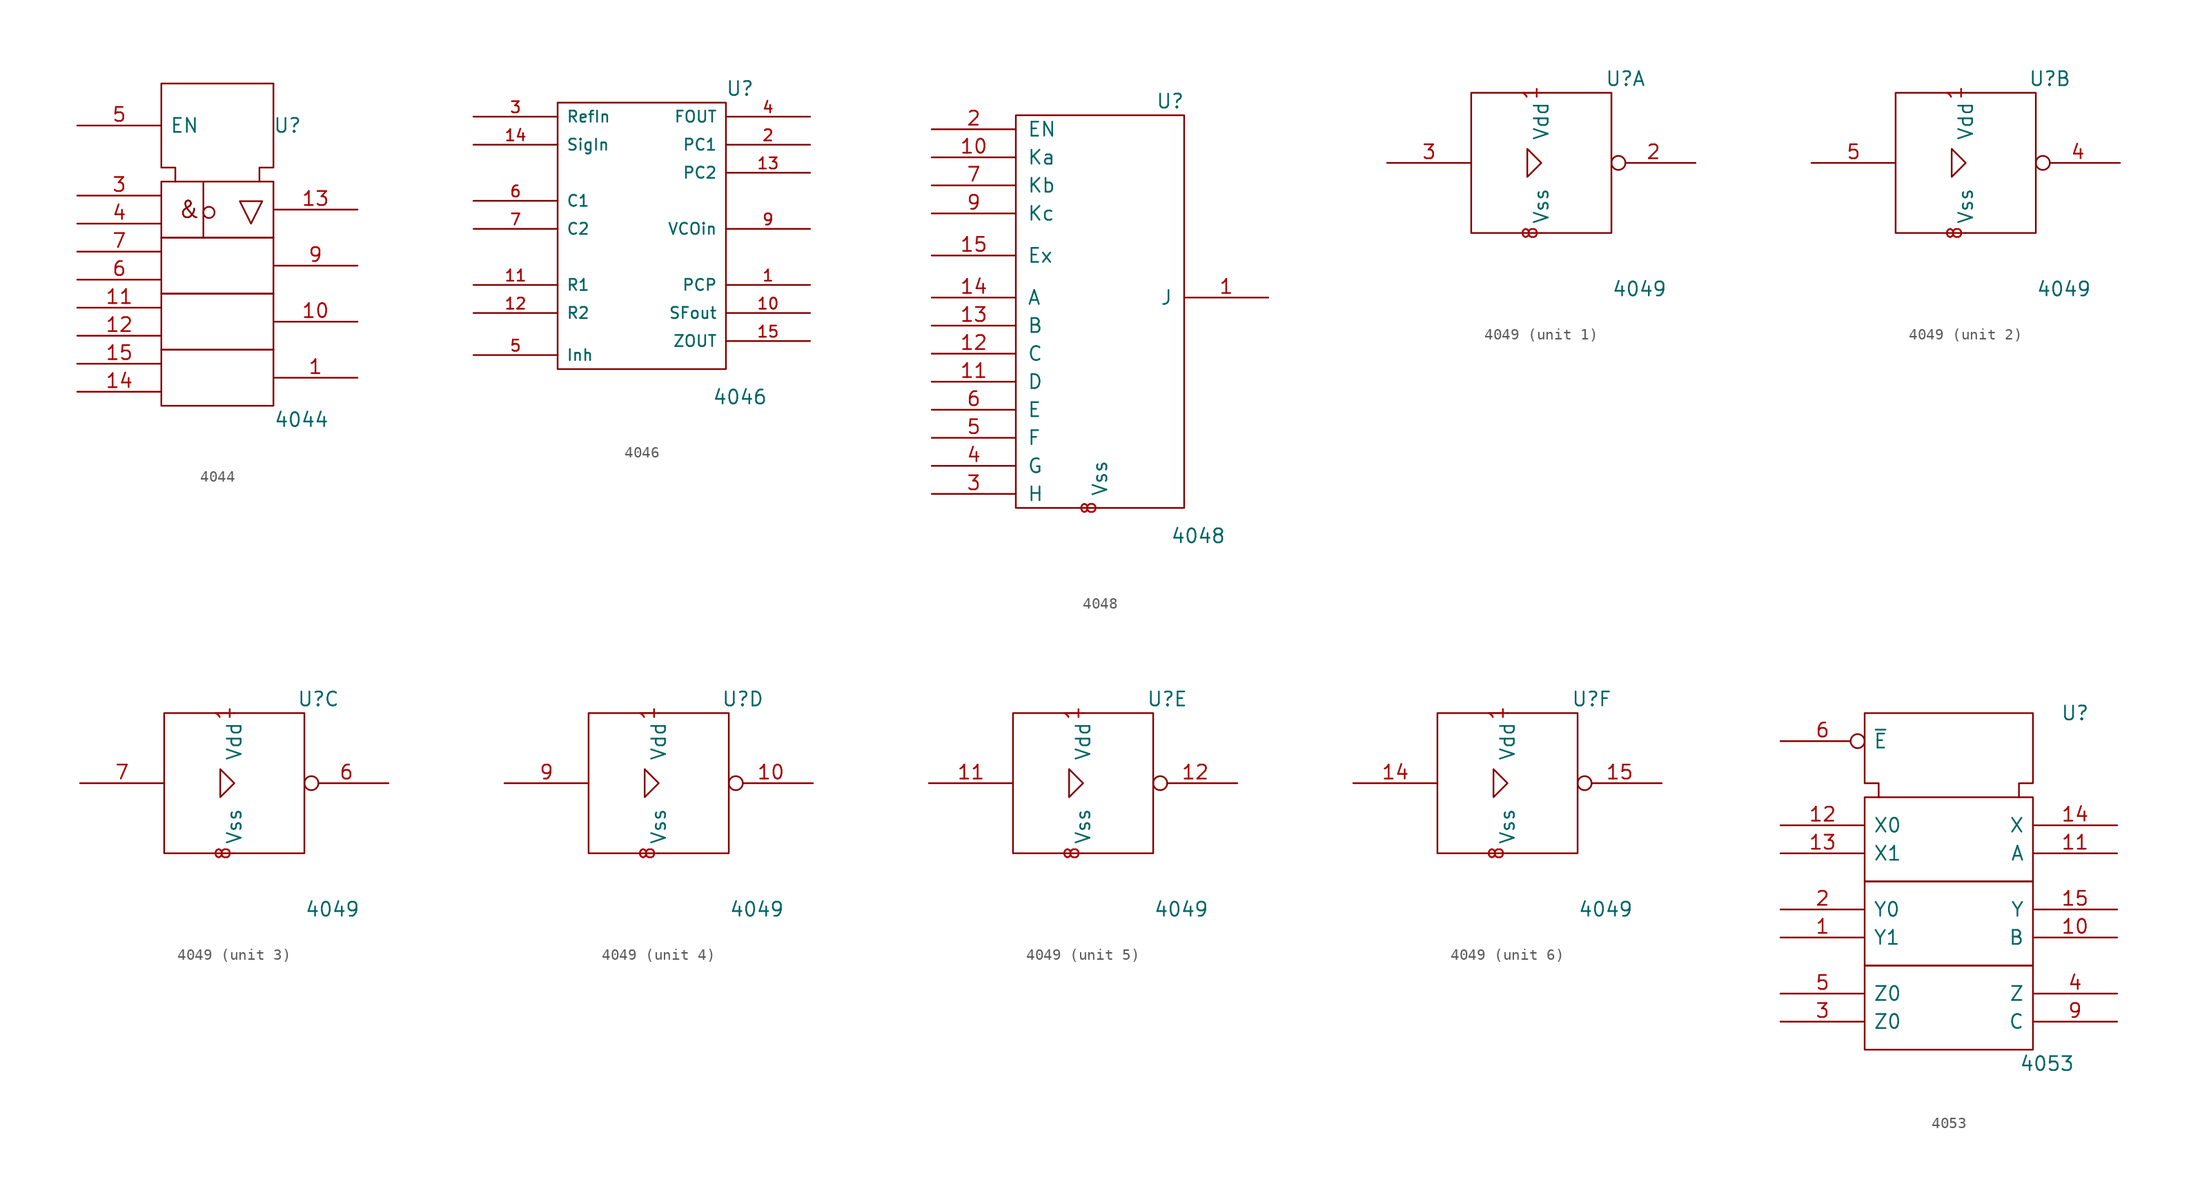
<source format=kicad_sym>
(kicad_symbol_lib
  (version 20211014)
  (generator kicad_symbol_editor)
  (symbol "4044"
    (pin_names
      (offset 0.762))
    (property "Reference" "U"
      (at 6.35 6.35 0)
      (effects (font (size 1.27 1.27))))
    (property "Value" "4044"
      (at 7.62 -20.32 0)
      (effects (font (size 1.27 1.27))))
    (symbol "4044_0_0"
      (rectangle (start -5.08 -13.97) (end 5.08 -19.05) (stroke (width 0) (type default) (color 0 0 0 0)) (fill (type none)))
      (rectangle (start -5.08 -8.89) (end 5.08 -13.97) (stroke (width 0) (type default) (color 0 0 0 0)) (fill (type none)))
      (rectangle (start -5.08 -3.81) (end 5.08 -8.89) (stroke (width 0) (type default) (color 0 0 0 0)) (fill (type none)))
      (rectangle (start -5.08 1.27) (end 5.08 -3.81) (stroke (width 0) (type default) (color 0 0 0 0)) (fill (type none)))
      (circle (center -0.762 -1.524) (radius 0.508) (stroke (width 0) (type default) (color 0 0 0 0)) (fill (type none)))
      (polyline (pts (xy -1.27 1.27) (xy -1.27 -3.81) (xy -1.27 -3.81)) (stroke (width 0) (type default) (color 0 0 0 0)) (fill (type none)))
      (polyline (pts (xy 2.032 -0.508) (xy 3.048 -2.54) (xy 4.064 -0.508) (xy 2.032 -0.508) (xy 2.032 -0.508)) (stroke (width 0) (type default) (color 0 0 0 0)) (fill (type none)))
      (polyline (pts (xy -3.81 1.27) (xy -3.81 2.54) (xy -5.08 2.54) (xy -5.08 10.16) (xy 5.08 10.16) (xy 5.08 2.54) (xy 3.81 2.54) (xy 3.81 1.27) (xy 3.81 1.27)) (stroke (width 0) (type default) (color 0 0 0 0)) (fill (type none)))
      (text "&" (at -2.54 -1.27 0) (effects (font (size 1.524 1.524)))))
    (symbol "4044_1_0"
      (pin output line (at 12.7 -16.51 180) (length 7.62) (name "~" (effects (font (size 1.27 1.27)))) (number "1" (effects (font (size 1.27 1.27)))))
      (pin output line (at 12.7 -11.43 180) (length 7.62) (name "~" (effects (font (size 1.27 1.27)))) (number "10" (effects (font (size 1.27 1.27)))))
      (pin input line (at -12.7 -10.16 0) (length 7.62) (name "~" (effects (font (size 1.27 1.27)))) (number "11" (effects (font (size 1.27 1.27)))))
      (pin input line (at -12.7 -12.7 0) (length 7.62) (name "~" (effects (font (size 1.27 1.27)))) (number "12" (effects (font (size 1.27 1.27)))))
      (pin output line (at 12.7 -1.27 180) (length 7.62) (name "~" (effects (font (size 1.27 1.27)))) (number "13" (effects (font (size 1.27 1.27)))))
      (pin input line (at -12.7 -17.78 0) (length 7.62) (name "~" (effects (font (size 1.27 1.27)))) (number "14" (effects (font (size 1.27 1.27)))))
      (pin input line (at -12.7 -15.24 0) (length 7.62) (name "~" (effects (font (size 1.27 1.27)))) (number "15" (effects (font (size 1.27 1.27)))))
      (pin power_in line (at 3.81 10.16 270) (length 0) hide (name "Vdd" (effects (font (size 1.27 1.27)))) (number "16" (effects (font (size 1.27 1.27)))))
      (pin input line (at -12.7 0 0) (length 7.62) (name "~" (effects (font (size 1.27 1.27)))) (number "3" (effects (font (size 1.27 1.27)))))
      (pin input line (at -12.7 -2.54 0) (length 7.62) (name "~" (effects (font (size 1.27 1.27)))) (number "4" (effects (font (size 1.27 1.27)))))
      (pin input line (at -12.7 6.35 0) (length 7.62) (name "EN" (effects (font (size 1.27 1.27)))) (number "5" (effects (font (size 1.27 1.27)))))
      (pin input line (at -12.7 -7.62 0) (length 7.62) (name "~" (effects (font (size 1.27 1.27)))) (number "6" (effects (font (size 1.27 1.27)))))
      (pin input line (at -12.7 -5.08 0) (length 7.62) (name "~" (effects (font (size 1.27 1.27)))) (number "7" (effects (font (size 1.27 1.27)))))
      (pin power_in line (at 0 10.16 270) (length 0) hide (name "Vss" (effects (font (size 1.27 1.27)))) (number "8" (effects (font (size 1.27 1.27)))))
      (pin output line (at 12.7 -6.35 180) (length 7.62) (name "~" (effects (font (size 1.27 1.27)))) (number "9" (effects (font (size 1.27 1.27)))))))
  (symbol "4046"
    (pin_names
      (offset 0.762))
    (property "Reference" "U"
      (at 8.89 12.7 0)
      (effects (font (size 1.27 1.27))))
    (property "Value" "4046"
      (at 8.89 -15.24 0)
      (effects (font (size 1.27 1.27))))
    (symbol "4046_0_1"
      (rectangle (start -7.62 11.43) (end 7.62 -12.7) (stroke (width 0) (type default) (color 0 0 0 0)) (fill (type none)))
      (pin power_in line (at 0 11.43 270) (length 0) hide (name "VDD" (effects (font (size 1.016 1.016)))) (number "16" (effects (font (size 1.016 1.016)))))
      (pin power_in line (at 0 -12.7 90) (length 0) hide (name "VSS" (effects (font (size 1.016 1.016)))) (number "8" (effects (font (size 1.016 1.016))))))
    (symbol "4046_1_1"
      (pin output line (at 15.24 -5.08 180) (length 7.62) (name "PCP" (effects (font (size 1.016 1.016)))) (number "1" (effects (font (size 1.016 1.016)))))
      (pin output line (at 15.24 -7.62 180) (length 7.62) (name "SFout" (effects (font (size 1.016 1.016)))) (number "10" (effects (font (size 1.016 1.016)))))
      (pin input line (at -15.24 -5.08 0) (length 7.62) (name "R1" (effects (font (size 1.016 1.016)))) (number "11" (effects (font (size 1.016 1.016)))))
      (pin input line (at -15.24 -7.62 0) (length 7.62) (name "R2" (effects (font (size 1.016 1.016)))) (number "12" (effects (font (size 1.016 1.016)))))
      (pin tri_state line (at 15.24 5.08 180) (length 7.62) (name "PC2" (effects (font (size 1.016 1.016)))) (number "13" (effects (font (size 1.016 1.016)))))
      (pin input line (at -15.24 7.62 0) (length 7.62) (name "SigIn" (effects (font (size 1.016 1.016)))) (number "14" (effects (font (size 1.016 1.016)))))
      (pin output line (at 15.24 -10.16 180) (length 7.62) (name "ZOUT" (effects (font (size 1.016 1.016)))) (number "15" (effects (font (size 1.016 1.016)))))
      (pin output line (at 15.24 7.62 180) (length 7.62) (name "PC1" (effects (font (size 1.016 1.016)))) (number "2" (effects (font (size 1.016 1.016)))))
      (pin input line (at -15.24 10.16 0) (length 7.62) (name "RefIn" (effects (font (size 1.016 1.016)))) (number "3" (effects (font (size 1.016 1.016)))))
      (pin input line (at 15.24 10.16 180) (length 7.62) (name "FOUT" (effects (font (size 1.016 1.016)))) (number "4" (effects (font (size 1.016 1.016)))))
      (pin input line (at -15.24 -11.43 0) (length 7.62) (name "Inh" (effects (font (size 1.016 1.016)))) (number "5" (effects (font (size 1.016 1.016)))))
      (pin input line (at -15.24 2.54 0) (length 7.62) (name "C1" (effects (font (size 1.016 1.016)))) (number "6" (effects (font (size 1.016 1.016)))))
      (pin input line (at -15.24 0 0) (length 7.62) (name "C2" (effects (font (size 1.016 1.016)))) (number "7" (effects (font (size 1.016 1.016)))))
      (pin input line (at 15.24 0 180) (length 7.62) (name "VCOin" (effects (font (size 1.016 1.016)))) (number "9" (effects (font (size 1.016 1.016)))))))
  (symbol "4048"
    (pin_names
      (offset 1.016))
    (property "Reference" "U"
      (at 6.35 17.78 0)
      (effects (font (size 1.27 1.27))))
    (property "Value" "4048"
      (at 8.89 -21.59 0)
      (effects (font (size 1.27 1.27))))
    (symbol "4048_0_1"
      (rectangle (start -7.62 16.51) (end 7.62 -19.05) (stroke (width 0) (type default) (color 0 0 0 0)) (fill (type none))))
    (symbol "4048_1_1"
      (pin output line (at 15.24 0 180) (length 7.62) (name "J" (effects (font (size 1.27 1.27)))) (number "1" (effects (font (size 1.27 1.27)))))
      (pin input line (at -15.24 12.7 0) (length 7.62) (name "Ka" (effects (font (size 1.27 1.27)))) (number "10" (effects (font (size 1.27 1.27)))))
      (pin input line (at -15.24 -7.62 0) (length 7.62) (name "D" (effects (font (size 1.27 1.27)))) (number "11" (effects (font (size 1.27 1.27)))))
      (pin input line (at -15.24 -5.08 0) (length 7.62) (name "C" (effects (font (size 1.27 1.27)))) (number "12" (effects (font (size 1.27 1.27)))))
      (pin input line (at -15.24 -2.54 0) (length 7.62) (name "B" (effects (font (size 1.27 1.27)))) (number "13" (effects (font (size 1.27 1.27)))))
      (pin input line (at -15.24 0 0) (length 7.62) (name "A" (effects (font (size 1.27 1.27)))) (number "14" (effects (font (size 1.27 1.27)))))
      (pin input line (at -15.24 3.81 0) (length 7.62) (name "Ex" (effects (font (size 1.27 1.27)))) (number "15" (effects (font (size 1.27 1.27)))))
      (pin power_in line (at 0 16.51 270) (length 0) hide (name "Vdd" (effects (font (size 1.27 1.27)))) (number "16" (effects (font (size 1.27 1.27)))))
      (pin input line (at -15.24 15.24 0) (length 7.62) (name "EN" (effects (font (size 1.27 1.27)))) (number "2" (effects (font (size 1.27 1.27)))))
      (pin input line (at -15.24 -17.78 0) (length 7.62) (name "H" (effects (font (size 1.27 1.27)))) (number "3" (effects (font (size 1.27 1.27)))))
      (pin input line (at -15.24 -15.24 0) (length 7.62) (name "G" (effects (font (size 1.27 1.27)))) (number "4" (effects (font (size 1.27 1.27)))))
      (pin input line (at -15.24 -12.7 0) (length 7.62) (name "F" (effects (font (size 1.27 1.27)))) (number "5" (effects (font (size 1.27 1.27)))))
      (pin input line (at -15.24 -10.16 0) (length 7.62) (name "E" (effects (font (size 1.27 1.27)))) (number "6" (effects (font (size 1.27 1.27)))))
      (pin input line (at -15.24 10.16 0) (length 7.62) (name "Kb" (effects (font (size 1.27 1.27)))) (number "7" (effects (font (size 1.27 1.27)))))
      (pin power_in line (at 0 -19.05 90) (length 0) (name "Vss" (effects (font (size 1.27 1.27)))) (number "8" (effects (font (size 1.27 1.27)))))
      (pin input line (at -15.24 7.62 0) (length 7.62) (name "Kc" (effects (font (size 1.27 1.27)))) (number "9" (effects (font (size 1.27 1.27)))))))
  (symbol "4049"
    (pin_names
      (offset 0.762))
    (property "Reference" "U"
      (at 7.62 7.62 0)
      (effects (font (size 1.27 1.27))))
    (property "Value" "4049"
      (at 8.89 -11.43 0)
      (effects (font (size 1.27 1.27))))
    (symbol "4049_0_0"
      (polyline (pts (xy -1.27 1.27) (xy -1.27 -1.27) (xy 0 0) (xy -1.27 1.27) (xy -1.27 1.27)) (stroke (width 0) (type default) (color 0 0 0 0)) (fill (type none)))
      (pin power_in line (at 0 6.35 270) (length 0) (name "Vdd" (effects (font (size 1.27 1.27)))) (number "1" (effects (font (size 1.27 1.27)))))
      (pin power_in line (at 0 -6.35 90) (length 0) (name "Vss" (effects (font (size 1.27 1.27)))) (number "8" (effects (font (size 1.27 1.27))))))
    (symbol "4049_0_1"
      (rectangle (start -6.35 6.35) (end 6.35 -6.35) (stroke (width 0) (type default) (color 0 0 0 0)) (fill (type none))))
    (symbol "4049_1_1"
      (pin output inverted (at 13.97 0 180) (length 7.62) (name "~" (effects (font (size 1.27 1.27)))) (number "2" (effects (font (size 1.27 1.27)))))
      (pin input line (at -13.97 0 0) (length 7.62) (name "~" (effects (font (size 1.27 1.27)))) (number "3" (effects (font (size 1.27 1.27))))))
    (symbol "4049_2_1"
      (pin output inverted (at 13.97 0 180) (length 7.62) (name "~" (effects (font (size 1.27 1.27)))) (number "4" (effects (font (size 1.27 1.27)))))
      (pin input line (at -13.97 0 0) (length 7.62) (name "~" (effects (font (size 1.27 1.27)))) (number "5" (effects (font (size 1.27 1.27))))))
    (symbol "4049_3_1"
      (pin output inverted (at 13.97 0 180) (length 7.62) (name "~" (effects (font (size 1.27 1.27)))) (number "6" (effects (font (size 1.27 1.27)))))
      (pin input line (at -13.97 0 0) (length 7.62) (name "~" (effects (font (size 1.27 1.27)))) (number "7" (effects (font (size 1.27 1.27))))))
    (symbol "4049_4_1"
      (pin output inverted (at 13.97 0 180) (length 7.62) (name "~" (effects (font (size 1.27 1.27)))) (number "10" (effects (font (size 1.27 1.27)))))
      (pin input line (at -13.97 0 0) (length 7.62) (name "~" (effects (font (size 1.27 1.27)))) (number "9" (effects (font (size 1.27 1.27))))))
    (symbol "4049_5_1"
      (pin input line (at -13.97 0 0) (length 7.62) (name "~" (effects (font (size 1.27 1.27)))) (number "11" (effects (font (size 1.27 1.27)))))
      (pin output inverted (at 13.97 0 180) (length 7.62) (name "~" (effects (font (size 1.27 1.27)))) (number "12" (effects (font (size 1.27 1.27))))))
    (symbol "4049_6_1"
      (pin input line (at -13.97 0 0) (length 7.62) (name "~" (effects (font (size 1.27 1.27)))) (number "14" (effects (font (size 1.27 1.27)))))
      (pin output inverted (at 13.97 0 180) (length 7.62) (name "~" (effects (font (size 1.27 1.27)))) (number "15" (effects (font (size 1.27 1.27)))))))
  (symbol "4053"
    (pin_names
      (offset 0.762))
    (property "Reference" "U"
      (at 11.43 13.97 0)
      (effects (font (size 1.27 1.27))))
    (property "Value" "4053"
      (at 8.89 -17.78 0)
      (effects (font (size 1.27 1.27))))
    (symbol "4053_0_0"
      (pin power_in line (at 5.08 13.97 270) (length 0) hide (name "VDD" (effects (font (size 1.27 1.27)))) (number "16" (effects (font (size 1.27 1.27)))))
      (pin power_in line (at 0 13.97 270) (length 0) hide (name "VSS" (effects (font (size 1.27 1.27)))) (number "8" (effects (font (size 1.27 1.27))))))
    (symbol "4053_0_1"
      (rectangle (start -7.62 -8.89) (end 7.62 -16.51) (stroke (width 0) (type default) (color 0 0 0 0)) (fill (type none)))
      (rectangle (start -7.62 -1.27) (end 7.62 -8.89) (stroke (width 0) (type default) (color 0 0 0 0)) (fill (type none)))
      (rectangle (start -7.62 6.35) (end 7.62 -1.27) (stroke (width 0) (type default) (color 0 0 0 0)) (fill (type none)))
      (polyline (pts (xy -6.35 6.35) (xy -6.35 7.62) (xy -7.62 7.62) (xy -7.62 13.97) (xy 7.62 13.97) (xy 7.62 7.62) (xy 6.35 7.62) (xy 6.35 6.35) (xy 6.35 6.35)) (stroke (width 0) (type default) (color 0 0 0 0)) (fill (type none))))
    (symbol "4053_1_1"
      (pin passive line (at -15.24 -6.35 0) (length 7.62) (name "Y1" (effects (font (size 1.27 1.27)))) (number "1" (effects (font (size 1.27 1.27)))))
      (pin input line (at 15.24 -6.35 180) (length 7.62) (name "B" (effects (font (size 1.27 1.27)))) (number "10" (effects (font (size 1.27 1.27)))))
      (pin input line (at 15.24 1.27 180) (length 7.62) (name "A" (effects (font (size 1.27 1.27)))) (number "11" (effects (font (size 1.27 1.27)))))
      (pin passive line (at -15.24 3.81 0) (length 7.62) (name "X0" (effects (font (size 1.27 1.27)))) (number "12" (effects (font (size 1.27 1.27)))))
      (pin passive line (at -15.24 1.27 0) (length 7.62) (name "X1" (effects (font (size 1.27 1.27)))) (number "13" (effects (font (size 1.27 1.27)))))
      (pin passive line (at 15.24 3.81 180) (length 7.62) (name "X" (effects (font (size 1.27 1.27)))) (number "14" (effects (font (size 1.27 1.27)))))
      (pin passive line (at 15.24 -3.81 180) (length 7.62) (name "Y" (effects (font (size 1.27 1.27)))) (number "15" (effects (font (size 1.27 1.27)))))
      (pin passive line (at -15.24 -3.81 0) (length 7.62) (name "Y0" (effects (font (size 1.27 1.27)))) (number "2" (effects (font (size 1.27 1.27)))))
      (pin passive line (at -15.24 -13.97 0) (length 7.62) (name "Z0" (effects (font (size 1.27 1.27)))) (number "3" (effects (font (size 1.27 1.27)))))
      (pin passive line (at 15.24 -11.43 180) (length 7.62) (name "Z" (effects (font (size 1.27 1.27)))) (number "4" (effects (font (size 1.27 1.27)))))
      (pin passive line (at -15.24 -11.43 0) (length 7.62) (name "Z0" (effects (font (size 1.27 1.27)))) (number "5" (effects (font (size 1.27 1.27)))))
      (pin input inverted (at -15.24 11.43 0) (length 7.62) (name "~{E}" (effects (font (size 1.27 1.27)))) (number "6" (effects (font (size 1.27 1.27)))))
      (pin power_in line (at 2.54 13.97 270) (length 0) hide (name "VEE" (effects (font (size 1.27 1.27)))) (number "7" (effects (font (size 1.27 1.27)))))
      (pin input line (at 15.24 -13.97 180) (length 7.62) (name "C" (effects (font (size 1.27 1.27)))) (number "9" (effects (font (size 1.27 1.27))))))))
</source>
